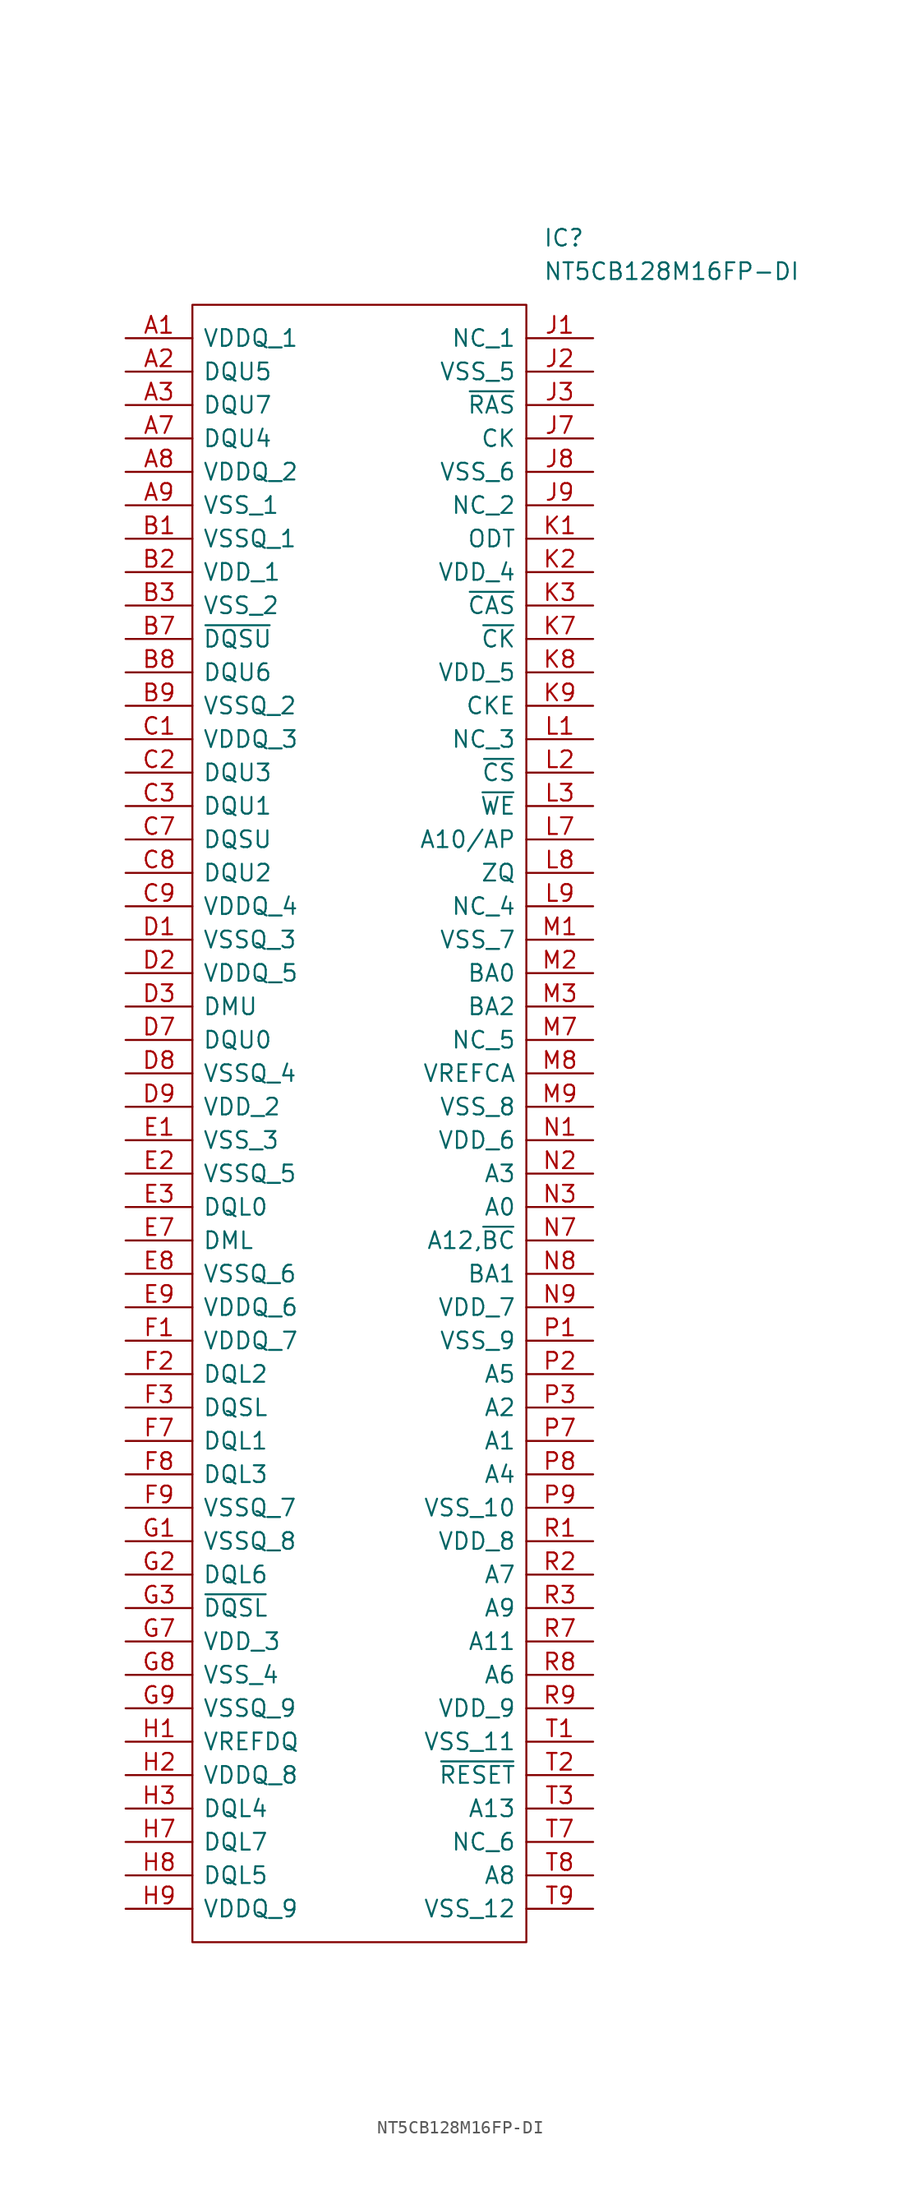
<source format=kicad_sym>
(kicad_symbol_lib
  (version 20211014)
  (generator kicad_symbol_editor)
  (symbol "NT5CB128M16FP-DI"
    (pin_names
      (offset 0.762))
    (property "Reference" "IC"
      (at 31.75 7.62 0)
      (effects (font (size 1.27 1.27)) (justify left)))
    (property "Value" "NT5CB128M16FP-DI"
      (at 31.75 5.08 0)
      (effects (font (size 1.27 1.27)) (justify left)))
    (symbol "NT5CB128M16FP-DI_0_0"
      (pin passive line (at 0 0 0) (length 5.08) (name "VDDQ_1" (effects (font (size 1.27 1.27)))) (number "A1" (effects (font (size 1.27 1.27)))))
      (pin passive line (at 0 -2.54 0) (length 5.08) (name "DQU5" (effects (font (size 1.27 1.27)))) (number "A2" (effects (font (size 1.27 1.27)))))
      (pin passive line (at 0 -5.08 0) (length 5.08) (name "DQU7" (effects (font (size 1.27 1.27)))) (number "A3" (effects (font (size 1.27 1.27)))))
      (pin passive line (at 0 -7.62 0) (length 5.08) (name "DQU4" (effects (font (size 1.27 1.27)))) (number "A7" (effects (font (size 1.27 1.27)))))
      (pin passive line (at 0 -10.16 0) (length 5.08) (name "VDDQ_2" (effects (font (size 1.27 1.27)))) (number "A8" (effects (font (size 1.27 1.27)))))
      (pin passive line (at 0 -12.7 0) (length 5.08) (name "VSS_1" (effects (font (size 1.27 1.27)))) (number "A9" (effects (font (size 1.27 1.27)))))
      (pin passive line (at 0 -15.24 0) (length 5.08) (name "VSSQ_1" (effects (font (size 1.27 1.27)))) (number "B1" (effects (font (size 1.27 1.27)))))
      (pin passive line (at 0 -17.78 0) (length 5.08) (name "VDD_1" (effects (font (size 1.27 1.27)))) (number "B2" (effects (font (size 1.27 1.27)))))
      (pin passive line (at 0 -20.32 0) (length 5.08) (name "VSS_2" (effects (font (size 1.27 1.27)))) (number "B3" (effects (font (size 1.27 1.27)))))
      (pin passive line (at 0 -22.86 0) (length 5.08) (name "~{DQSU}" (effects (font (size 1.27 1.27)))) (number "B7" (effects (font (size 1.27 1.27)))))
      (pin passive line (at 0 -25.4 0) (length 5.08) (name "DQU6" (effects (font (size 1.27 1.27)))) (number "B8" (effects (font (size 1.27 1.27)))))
      (pin passive line (at 0 -27.94 0) (length 5.08) (name "VSSQ_2" (effects (font (size 1.27 1.27)))) (number "B9" (effects (font (size 1.27 1.27)))))
      (pin passive line (at 0 -30.48 0) (length 5.08) (name "VDDQ_3" (effects (font (size 1.27 1.27)))) (number "C1" (effects (font (size 1.27 1.27)))))
      (pin passive line (at 0 -33.02 0) (length 5.08) (name "DQU3" (effects (font (size 1.27 1.27)))) (number "C2" (effects (font (size 1.27 1.27)))))
      (pin passive line (at 0 -35.56 0) (length 5.08) (name "DQU1" (effects (font (size 1.27 1.27)))) (number "C3" (effects (font (size 1.27 1.27)))))
      (pin passive line (at 0 -38.1 0) (length 5.08) (name "DQSU" (effects (font (size 1.27 1.27)))) (number "C7" (effects (font (size 1.27 1.27)))))
      (pin passive line (at 0 -40.64 0) (length 5.08) (name "DQU2" (effects (font (size 1.27 1.27)))) (number "C8" (effects (font (size 1.27 1.27)))))
      (pin passive line (at 0 -43.18 0) (length 5.08) (name "VDDQ_4" (effects (font (size 1.27 1.27)))) (number "C9" (effects (font (size 1.27 1.27)))))
      (pin passive line (at 0 -45.72 0) (length 5.08) (name "VSSQ_3" (effects (font (size 1.27 1.27)))) (number "D1" (effects (font (size 1.27 1.27)))))
      (pin passive line (at 0 -48.26 0) (length 5.08) (name "VDDQ_5" (effects (font (size 1.27 1.27)))) (number "D2" (effects (font (size 1.27 1.27)))))
      (pin passive line (at 0 -50.8 0) (length 5.08) (name "DMU" (effects (font (size 1.27 1.27)))) (number "D3" (effects (font (size 1.27 1.27)))))
      (pin passive line (at 0 -53.34 0) (length 5.08) (name "DQU0" (effects (font (size 1.27 1.27)))) (number "D7" (effects (font (size 1.27 1.27)))))
      (pin passive line (at 0 -55.88 0) (length 5.08) (name "VSSQ_4" (effects (font (size 1.27 1.27)))) (number "D8" (effects (font (size 1.27 1.27)))))
      (pin passive line (at 0 -58.42 0) (length 5.08) (name "VDD_2" (effects (font (size 1.27 1.27)))) (number "D9" (effects (font (size 1.27 1.27)))))
      (pin passive line (at 0 -60.96 0) (length 5.08) (name "VSS_3" (effects (font (size 1.27 1.27)))) (number "E1" (effects (font (size 1.27 1.27)))))
      (pin passive line (at 0 -63.5 0) (length 5.08) (name "VSSQ_5" (effects (font (size 1.27 1.27)))) (number "E2" (effects (font (size 1.27 1.27)))))
      (pin passive line (at 0 -66.04 0) (length 5.08) (name "DQL0" (effects (font (size 1.27 1.27)))) (number "E3" (effects (font (size 1.27 1.27)))))
      (pin passive line (at 0 -68.58 0) (length 5.08) (name "DML" (effects (font (size 1.27 1.27)))) (number "E7" (effects (font (size 1.27 1.27)))))
      (pin passive line (at 0 -71.12 0) (length 5.08) (name "VSSQ_6" (effects (font (size 1.27 1.27)))) (number "E8" (effects (font (size 1.27 1.27)))))
      (pin passive line (at 0 -73.66 0) (length 5.08) (name "VDDQ_6" (effects (font (size 1.27 1.27)))) (number "E9" (effects (font (size 1.27 1.27)))))
      (pin passive line (at 0 -76.2 0) (length 5.08) (name "VDDQ_7" (effects (font (size 1.27 1.27)))) (number "F1" (effects (font (size 1.27 1.27)))))
      (pin passive line (at 0 -78.74 0) (length 5.08) (name "DQL2" (effects (font (size 1.27 1.27)))) (number "F2" (effects (font (size 1.27 1.27)))))
      (pin passive line (at 0 -81.28 0) (length 5.08) (name "DQSL" (effects (font (size 1.27 1.27)))) (number "F3" (effects (font (size 1.27 1.27)))))
      (pin passive line (at 0 -83.82 0) (length 5.08) (name "DQL1" (effects (font (size 1.27 1.27)))) (number "F7" (effects (font (size 1.27 1.27)))))
      (pin passive line (at 0 -86.36 0) (length 5.08) (name "DQL3" (effects (font (size 1.27 1.27)))) (number "F8" (effects (font (size 1.27 1.27)))))
      (pin passive line (at 0 -88.9 0) (length 5.08) (name "VSSQ_7" (effects (font (size 1.27 1.27)))) (number "F9" (effects (font (size 1.27 1.27)))))
      (pin passive line (at 0 -91.44 0) (length 5.08) (name "VSSQ_8" (effects (font (size 1.27 1.27)))) (number "G1" (effects (font (size 1.27 1.27)))))
      (pin passive line (at 0 -93.98 0) (length 5.08) (name "DQL6" (effects (font (size 1.27 1.27)))) (number "G2" (effects (font (size 1.27 1.27)))))
      (pin passive line (at 0 -96.52 0) (length 5.08) (name "~{DQSL}" (effects (font (size 1.27 1.27)))) (number "G3" (effects (font (size 1.27 1.27)))))
      (pin passive line (at 0 -99.06 0) (length 5.08) (name "VDD_3" (effects (font (size 1.27 1.27)))) (number "G7" (effects (font (size 1.27 1.27)))))
      (pin passive line (at 0 -101.6 0) (length 5.08) (name "VSS_4" (effects (font (size 1.27 1.27)))) (number "G8" (effects (font (size 1.27 1.27)))))
      (pin passive line (at 0 -104.14 0) (length 5.08) (name "VSSQ_9" (effects (font (size 1.27 1.27)))) (number "G9" (effects (font (size 1.27 1.27)))))
      (pin passive line (at 0 -106.68 0) (length 5.08) (name "VREFDQ" (effects (font (size 1.27 1.27)))) (number "H1" (effects (font (size 1.27 1.27)))))
      (pin passive line (at 0 -109.22 0) (length 5.08) (name "VDDQ_8" (effects (font (size 1.27 1.27)))) (number "H2" (effects (font (size 1.27 1.27)))))
      (pin passive line (at 0 -111.76 0) (length 5.08) (name "DQL4" (effects (font (size 1.27 1.27)))) (number "H3" (effects (font (size 1.27 1.27)))))
      (pin passive line (at 0 -114.3 0) (length 5.08) (name "DQL7" (effects (font (size 1.27 1.27)))) (number "H7" (effects (font (size 1.27 1.27)))))
      (pin passive line (at 0 -116.84 0) (length 5.08) (name "DQL5" (effects (font (size 1.27 1.27)))) (number "H8" (effects (font (size 1.27 1.27)))))
      (pin passive line (at 0 -119.38 0) (length 5.08) (name "VDDQ_9" (effects (font (size 1.27 1.27)))) (number "H9" (effects (font (size 1.27 1.27)))))
      (pin passive line (at 35.56 0 180) (length 5.08) (name "NC_1" (effects (font (size 1.27 1.27)))) (number "J1" (effects (font (size 1.27 1.27)))))
      (pin passive line (at 35.56 -2.54 180) (length 5.08) (name "VSS_5" (effects (font (size 1.27 1.27)))) (number "J2" (effects (font (size 1.27 1.27)))))
      (pin passive line (at 35.56 -5.08 180) (length 5.08) (name "~{RAS}" (effects (font (size 1.27 1.27)))) (number "J3" (effects (font (size 1.27 1.27)))))
      (pin passive line (at 35.56 -7.62 180) (length 5.08) (name "CK" (effects (font (size 1.27 1.27)))) (number "J7" (effects (font (size 1.27 1.27)))))
      (pin passive line (at 35.56 -10.16 180) (length 5.08) (name "VSS_6" (effects (font (size 1.27 1.27)))) (number "J8" (effects (font (size 1.27 1.27)))))
      (pin passive line (at 35.56 -12.7 180) (length 5.08) (name "NC_2" (effects (font (size 1.27 1.27)))) (number "J9" (effects (font (size 1.27 1.27)))))
      (pin passive line (at 35.56 -15.24 180) (length 5.08) (name "ODT" (effects (font (size 1.27 1.27)))) (number "K1" (effects (font (size 1.27 1.27)))))
      (pin passive line (at 35.56 -17.78 180) (length 5.08) (name "VDD_4" (effects (font (size 1.27 1.27)))) (number "K2" (effects (font (size 1.27 1.27)))))
      (pin passive line (at 35.56 -20.32 180) (length 5.08) (name "~{CAS}" (effects (font (size 1.27 1.27)))) (number "K3" (effects (font (size 1.27 1.27)))))
      (pin passive line (at 35.56 -22.86 180) (length 5.08) (name "~{CK}" (effects (font (size 1.27 1.27)))) (number "K7" (effects (font (size 1.27 1.27)))))
      (pin passive line (at 35.56 -25.4 180) (length 5.08) (name "VDD_5" (effects (font (size 1.27 1.27)))) (number "K8" (effects (font (size 1.27 1.27)))))
      (pin passive line (at 35.56 -27.94 180) (length 5.08) (name "CKE" (effects (font (size 1.27 1.27)))) (number "K9" (effects (font (size 1.27 1.27)))))
      (pin passive line (at 35.56 -30.48 180) (length 5.08) (name "NC_3" (effects (font (size 1.27 1.27)))) (number "L1" (effects (font (size 1.27 1.27)))))
      (pin passive line (at 35.56 -33.02 180) (length 5.08) (name "~{CS}" (effects (font (size 1.27 1.27)))) (number "L2" (effects (font (size 1.27 1.27)))))
      (pin passive line (at 35.56 -35.56 180) (length 5.08) (name "~{WE}" (effects (font (size 1.27 1.27)))) (number "L3" (effects (font (size 1.27 1.27)))))
      (pin passive line (at 35.56 -38.1 180) (length 5.08) (name "A10/AP" (effects (font (size 1.27 1.27)))) (number "L7" (effects (font (size 1.27 1.27)))))
      (pin passive line (at 35.56 -40.64 180) (length 5.08) (name "ZQ" (effects (font (size 1.27 1.27)))) (number "L8" (effects (font (size 1.27 1.27)))))
      (pin passive line (at 35.56 -43.18 180) (length 5.08) (name "NC_4" (effects (font (size 1.27 1.27)))) (number "L9" (effects (font (size 1.27 1.27)))))
      (pin passive line (at 35.56 -45.72 180) (length 5.08) (name "VSS_7" (effects (font (size 1.27 1.27)))) (number "M1" (effects (font (size 1.27 1.27)))))
      (pin passive line (at 35.56 -48.26 180) (length 5.08) (name "BA0" (effects (font (size 1.27 1.27)))) (number "M2" (effects (font (size 1.27 1.27)))))
      (pin passive line (at 35.56 -50.8 180) (length 5.08) (name "BA2" (effects (font (size 1.27 1.27)))) (number "M3" (effects (font (size 1.27 1.27)))))
      (pin passive line (at 35.56 -53.34 180) (length 5.08) (name "NC_5" (effects (font (size 1.27 1.27)))) (number "M7" (effects (font (size 1.27 1.27)))))
      (pin passive line (at 35.56 -55.88 180) (length 5.08) (name "VREFCA" (effects (font (size 1.27 1.27)))) (number "M8" (effects (font (size 1.27 1.27)))))
      (pin passive line (at 35.56 -58.42 180) (length 5.08) (name "VSS_8" (effects (font (size 1.27 1.27)))) (number "M9" (effects (font (size 1.27 1.27)))))
      (pin passive line (at 35.56 -60.96 180) (length 5.08) (name "VDD_6" (effects (font (size 1.27 1.27)))) (number "N1" (effects (font (size 1.27 1.27)))))
      (pin passive line (at 35.56 -63.5 180) (length 5.08) (name "A3" (effects (font (size 1.27 1.27)))) (number "N2" (effects (font (size 1.27 1.27)))))
      (pin passive line (at 35.56 -66.04 180) (length 5.08) (name "A0" (effects (font (size 1.27 1.27)))) (number "N3" (effects (font (size 1.27 1.27)))))
      (pin passive line (at 35.56 -68.58 180) (length 5.08) (name "A12,~{BC}" (effects (font (size 1.27 1.27)))) (number "N7" (effects (font (size 1.27 1.27)))))
      (pin passive line (at 35.56 -71.12 180) (length 5.08) (name "BA1" (effects (font (size 1.27 1.27)))) (number "N8" (effects (font (size 1.27 1.27)))))
      (pin passive line (at 35.56 -73.66 180) (length 5.08) (name "VDD_7" (effects (font (size 1.27 1.27)))) (number "N9" (effects (font (size 1.27 1.27)))))
      (pin passive line (at 35.56 -76.2 180) (length 5.08) (name "VSS_9" (effects (font (size 1.27 1.27)))) (number "P1" (effects (font (size 1.27 1.27)))))
      (pin passive line (at 35.56 -78.74 180) (length 5.08) (name "A5" (effects (font (size 1.27 1.27)))) (number "P2" (effects (font (size 1.27 1.27)))))
      (pin passive line (at 35.56 -81.28 180) (length 5.08) (name "A2" (effects (font (size 1.27 1.27)))) (number "P3" (effects (font (size 1.27 1.27)))))
      (pin passive line (at 35.56 -83.82 180) (length 5.08) (name "A1" (effects (font (size 1.27 1.27)))) (number "P7" (effects (font (size 1.27 1.27)))))
      (pin passive line (at 35.56 -86.36 180) (length 5.08) (name "A4" (effects (font (size 1.27 1.27)))) (number "P8" (effects (font (size 1.27 1.27)))))
      (pin passive line (at 35.56 -88.9 180) (length 5.08) (name "VSS_10" (effects (font (size 1.27 1.27)))) (number "P9" (effects (font (size 1.27 1.27)))))
      (pin passive line (at 35.56 -91.44 180) (length 5.08) (name "VDD_8" (effects (font (size 1.27 1.27)))) (number "R1" (effects (font (size 1.27 1.27)))))
      (pin passive line (at 35.56 -93.98 180) (length 5.08) (name "A7" (effects (font (size 1.27 1.27)))) (number "R2" (effects (font (size 1.27 1.27)))))
      (pin passive line (at 35.56 -96.52 180) (length 5.08) (name "A9" (effects (font (size 1.27 1.27)))) (number "R3" (effects (font (size 1.27 1.27)))))
      (pin passive line (at 35.56 -99.06 180) (length 5.08) (name "A11" (effects (font (size 1.27 1.27)))) (number "R7" (effects (font (size 1.27 1.27)))))
      (pin passive line (at 35.56 -101.6 180) (length 5.08) (name "A6" (effects (font (size 1.27 1.27)))) (number "R8" (effects (font (size 1.27 1.27)))))
      (pin passive line (at 35.56 -104.14 180) (length 5.08) (name "VDD_9" (effects (font (size 1.27 1.27)))) (number "R9" (effects (font (size 1.27 1.27)))))
      (pin passive line (at 35.56 -106.68 180) (length 5.08) (name "VSS_11" (effects (font (size 1.27 1.27)))) (number "T1" (effects (font (size 1.27 1.27)))))
      (pin passive line (at 35.56 -109.22 180) (length 5.08) (name "~{RESET}" (effects (font (size 1.27 1.27)))) (number "T2" (effects (font (size 1.27 1.27)))))
      (pin passive line (at 35.56 -111.76 180) (length 5.08) (name "A13" (effects (font (size 1.27 1.27)))) (number "T3" (effects (font (size 1.27 1.27)))))
      (pin passive line (at 35.56 -114.3 180) (length 5.08) (name "NC_6" (effects (font (size 1.27 1.27)))) (number "T7" (effects (font (size 1.27 1.27)))))
      (pin passive line (at 35.56 -116.84 180) (length 5.08) (name "A8" (effects (font (size 1.27 1.27)))) (number "T8" (effects (font (size 1.27 1.27)))))
      (pin passive line (at 35.56 -119.38 180) (length 5.08) (name "VSS_12" (effects (font (size 1.27 1.27)))) (number "T9" (effects (font (size 1.27 1.27))))))
    (symbol "NT5CB128M16FP-DI_0_1"
      (polyline (pts (xy 5.08 2.54) (xy 30.48 2.54) (xy 30.48 -121.92) (xy 5.08 -121.92) (xy 5.08 2.54)) (stroke (width 0.152) (type default) (color 0 0 0 0)) (fill (type none))))))
</source>
